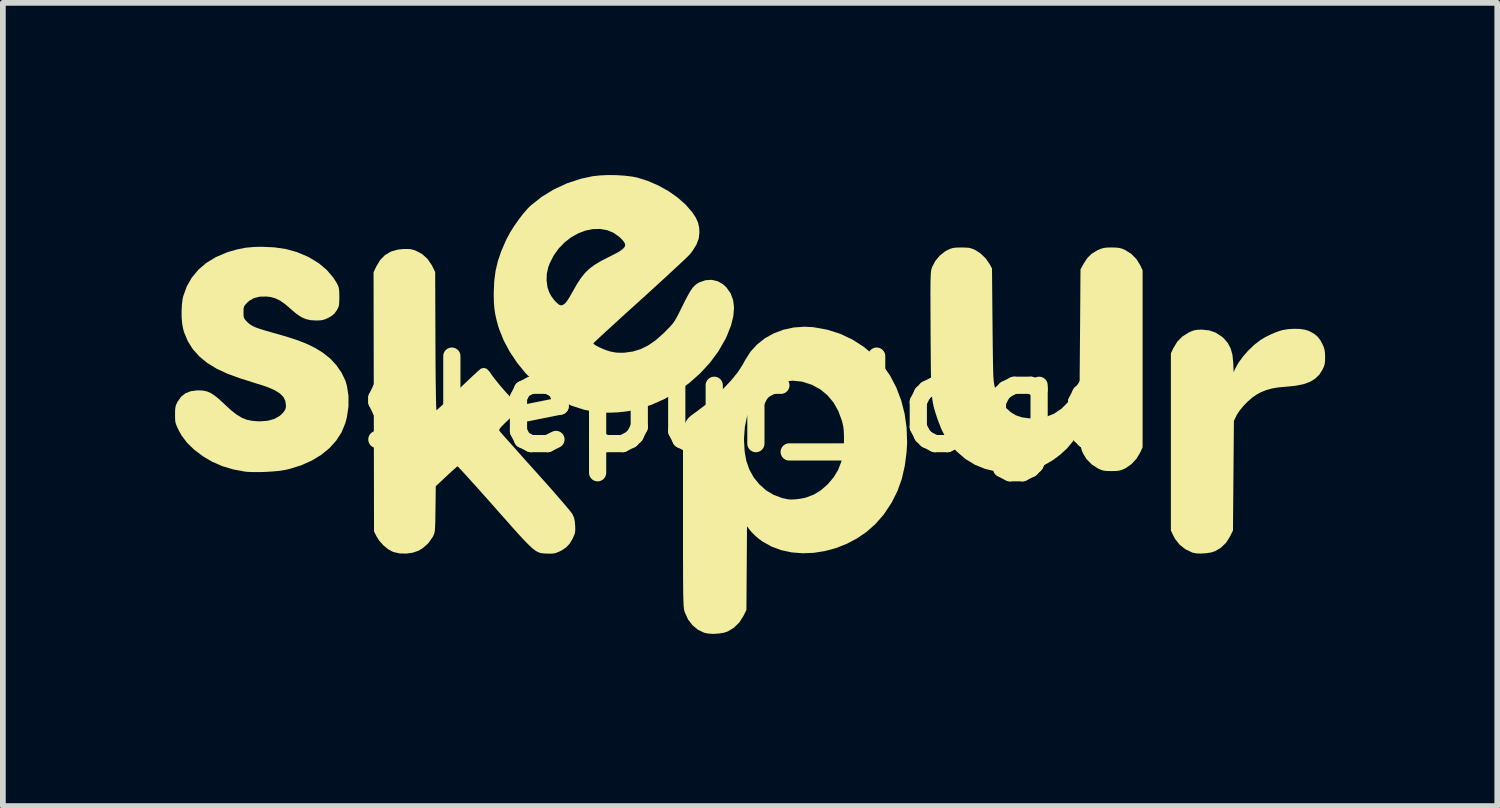
<source format=kicad_pcb>
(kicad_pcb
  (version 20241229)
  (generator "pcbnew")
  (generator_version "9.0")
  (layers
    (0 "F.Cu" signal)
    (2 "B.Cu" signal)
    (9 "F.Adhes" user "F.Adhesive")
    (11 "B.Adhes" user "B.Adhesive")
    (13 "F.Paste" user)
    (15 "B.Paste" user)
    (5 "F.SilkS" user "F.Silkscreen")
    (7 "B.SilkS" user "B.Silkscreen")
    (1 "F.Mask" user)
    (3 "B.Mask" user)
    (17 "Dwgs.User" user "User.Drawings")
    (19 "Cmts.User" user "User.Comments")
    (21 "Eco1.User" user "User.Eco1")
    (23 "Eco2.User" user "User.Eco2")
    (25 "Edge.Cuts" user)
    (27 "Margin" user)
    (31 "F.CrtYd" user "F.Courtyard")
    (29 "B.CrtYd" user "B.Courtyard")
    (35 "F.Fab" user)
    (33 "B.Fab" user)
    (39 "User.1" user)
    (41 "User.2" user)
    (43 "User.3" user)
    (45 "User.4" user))
  (footprint "skepur_logo"
    (layer "F.Cu")
    (at 10.012 3.99)
    (property "Reference" "skepur_logo" (at 0 0 0) (layer "F.SilkS") (effects (font (size 1.524 1.524) (thickness 0.3))))
    (attr board_only exclude_from_pos_files exclude_from_bom)
    (fp_poly (pts (xy 9.588 -1.308) (xy 9.678 -1.295) (xy 9.741 -1.275) (xy 9.828 -1.229) (xy 9.893 -1.178) (xy 9.944 -1.112) (xy 9.974 -1.056) (xy 10.002 -0.996) (xy 10.017 -0.946) (xy 10.025 -0.892) (xy 10.027 -0.82) (xy 10.026 -0.749) (xy 10.02 -0.698) (xy 10.006 -0.652) (xy 9.982 -0.601) (xy 9.98 -0.596) (xy 9.925 -0.51) (xy 9.853 -0.441) (xy 9.764 -0.387) (xy 9.652 -0.346) (xy 9.516 -0.319) (xy 9.353 -0.302) (xy 9.351 -0.302) (xy 9.214 -0.29) (xy 9.101 -0.271) (xy 9.001 -0.244) (xy 8.908 -0.205) (xy 8.843 -0.171) (xy 8.765 -0.118) (xy 8.683 -0.047) (xy 8.604 0.033) (xy 8.537 0.115) (xy 8.488 0.19) (xy 8.484 0.199) (xy 8.438 0.294) (xy 8.43 1.249) (xy 8.422 2.204) (xy 8.369 2.31) (xy 8.3 2.419) (xy 8.211 2.504) (xy 8.114 2.562) (xy 8.047 2.585) (xy 7.963 2.599) (xy 7.872 2.605) (xy 7.787 2.603) (xy 7.719 2.59) (xy 7.711 2.587) (xy 7.589 2.528) (xy 7.49 2.449) (xy 7.412 2.349) (xy 7.376 2.28) (xy 7.34 2.203) (xy 7.34 -0.883) (xy 7.382 -0.972) (xy 7.451 -1.086) (xy 7.539 -1.176) (xy 7.648 -1.244) (xy 7.707 -1.272) (xy 7.757 -1.287) (xy 7.81 -1.294) (xy 7.88 -1.296) (xy 7.881 -1.296) (xy 8.008 -1.283) (xy 8.121 -1.244) (xy 8.226 -1.176) (xy 8.259 -1.147) (xy 8.33 -1.066) (xy 8.38 -0.973) (xy 8.412 -0.861) (xy 8.426 -0.727) (xy 8.427 -0.718) (xy 8.433 -0.554) (xy 8.463 -0.621) (xy 8.519 -0.721) (xy 8.597 -0.828) (xy 8.69 -0.934) (xy 8.792 -1.031) (xy 8.896 -1.112) (xy 8.896 -1.112) (xy 8.98 -1.163) (xy 9.08 -1.213) (xy 9.183 -1.256) (xy 9.275 -1.286) (xy 9.288 -1.289) (xy 9.384 -1.305) (xy 9.487 -1.311)) (stroke (width 0) (type solid)) (fill yes) (layer "F.SilkS"))
    (fp_poly (pts (xy 1.11 -1.339) (xy 1.349 -1.296) (xy 1.577 -1.224) (xy 1.792 -1.123) (xy 1.992 -0.994) (xy 2.161 -0.852) (xy 2.314 -0.685) (xy 2.446 -0.498) (xy 2.554 -0.291) (xy 2.639 -0.069) (xy 2.7 0.167) (xy 2.735 0.413) (xy 2.744 0.668) (xy 2.736 0.824) (xy 2.704 1.074) (xy 2.652 1.303) (xy 2.576 1.515) (xy 2.476 1.715) (xy 2.35 1.906) (xy 2.327 1.937) (xy 2.192 2.091) (xy 2.039 2.226) (xy 1.871 2.341) (xy 1.692 2.436) (xy 1.504 2.51) (xy 1.311 2.562) (xy 1.116 2.593) (xy 0.922 2.6) (xy 0.732 2.585) (xy 0.55 2.546) (xy 0.378 2.482) (xy 0.22 2.393) (xy 0.15 2.341) (xy 0.095 2.293) (xy 0.042 2.24) (xy 0.005 2.198) (xy -0.046 2.131) (xy -0.051 2.859) (xy -0.056 3.587) (xy -0.108 3.693) (xy -0.181 3.807) (xy -0.278 3.9) (xy -0.378 3.961) (xy -0.448 3.985) (xy -0.537 3.999) (xy -0.632 4.005) (xy -0.722 4) (xy -0.789 3.986) (xy -0.9 3.934) (xy -0.995 3.855) (xy -1.072 3.755) (xy -1.127 3.636) (xy -1.132 3.622) (xy -1.137 3.606) (xy -1.141 3.587) (xy -1.145 3.564) (xy -1.148 3.535) (xy -1.151 3.498) (xy -1.153 3.451) (xy -1.155 3.392) (xy -1.157 3.32) (xy -1.158 3.231) (xy -1.159 3.125) (xy -1.16 2.999) (xy -1.16 2.852) (xy -1.161 2.681) (xy -1.161 2.484) (xy -1.161 2.259) (xy -1.161 2.005) (xy -1.161 1.966) (xy -1.161 0.636) (xy -0.098 0.636) (xy -0.087 0.826) (xy -0.057 0.994) (xy -0.004 1.144) (xy 0.071 1.279) (xy 0.169 1.399) (xy 0.287 1.505) (xy 0.42 1.584) (xy 0.57 1.639) (xy 0.668 1.66) (xy 0.724 1.664) (xy 0.8 1.66) (xy 0.883 1.65) (xy 0.961 1.635) (xy 0.986 1.628) (xy 1.121 1.577) (xy 1.244 1.501) (xy 1.362 1.397) (xy 1.364 1.394) (xy 1.465 1.275) (xy 1.541 1.149) (xy 1.595 1.011) (xy 1.628 0.857) (xy 1.643 0.681) (xy 1.644 0.628) (xy 1.643 0.53) (xy 1.639 0.453) (xy 1.631 0.389) (xy 1.617 0.327) (xy 1.609 0.295) (xy 1.546 0.123) (xy 1.461 -0.027) (xy 1.355 -0.154) (xy 1.229 -0.257) (xy 1.085 -0.335) (xy 0.924 -0.387) (xy 0.901 -0.392) (xy 0.75 -0.407) (xy 0.601 -0.391) (xy 0.456 -0.344) (xy 0.318 -0.269) (xy 0.189 -0.164) (xy 0.188 -0.163) (xy 0.086 -0.047) (xy 0.008 0.084) (xy -0.049 0.231) (xy -0.083 0.398) (xy -0.097 0.587) (xy -0.098 0.636) (xy -1.161 0.636) (xy -1.161 0.404) (xy -1.12 0.322) (xy -1.096 0.28) (xy -1.067 0.244) (xy -1.027 0.206) (xy -0.968 0.162) (xy -0.932 0.137) (xy -0.775 0.018) (xy -0.616 -0.116) (xy -0.465 -0.261) (xy -0.327 -0.407) (xy -0.213 -0.546) (xy -0.172 -0.606) (xy -0.125 -0.681) (xy -0.083 -0.756) (xy -0.076 -0.769) (xy 0.015 -0.913) (xy 0.131 -1.039) (xy 0.267 -1.146) (xy 0.421 -1.232) (xy 0.589 -1.295) (xy 0.769 -1.334) (xy 0.957 -1.347)) (stroke (width 0) (type solid)) (fill yes) (layer "F.SilkS"))
    (fp_poly (pts (xy 6.383 -2.726) (xy 6.439 -2.72) (xy 6.486 -2.708) (xy 6.537 -2.687) (xy 6.539 -2.686) (xy 6.648 -2.618) (xy 6.739 -2.526) (xy 6.805 -2.42) (xy 6.847 -2.33) (xy 6.847 0.755) (xy 6.805 0.846) (xy 6.739 0.955) (xy 6.653 1.047) (xy 6.555 1.116) (xy 6.539 1.124) (xy 6.489 1.146) (xy 6.442 1.16) (xy 6.388 1.166) (xy 6.316 1.168) (xy 6.306 1.168) (xy 6.232 1.167) (xy 6.178 1.162) (xy 6.134 1.151) (xy 6.087 1.131) (xy 6.073 1.125) (xy 5.961 1.053) (xy 5.869 0.958) (xy 5.811 0.863) (xy 5.79 0.817) (xy 5.777 0.771) (xy 5.768 0.718) (xy 5.763 0.646) (xy 5.761 0.604) (xy 5.754 0.433) (xy 5.697 0.547) (xy 5.626 0.66) (xy 5.53 0.773) (xy 5.416 0.879) (xy 5.289 0.974) (xy 5.156 1.052) (xy 5.082 1.085) (xy 4.931 1.134) (xy 4.762 1.168) (xy 4.587 1.186) (xy 4.417 1.187) (xy 4.295 1.175) (xy 4.102 1.13) (xy 3.923 1.057) (xy 3.758 0.956) (xy 3.607 0.825) (xy 3.602 0.82) (xy 3.501 0.706) (xy 3.416 0.584) (xy 3.345 0.447) (xy 3.282 0.286) (xy 3.274 0.264) (xy 3.253 0.2) (xy 3.234 0.142) (xy 3.218 0.088) (xy 3.204 0.035) (xy 3.193 -0.021) (xy 3.183 -0.081) (xy 3.176 -0.148) (xy 3.17 -0.225) (xy 3.165 -0.316) (xy 3.162 -0.422) (xy 3.159 -0.546) (xy 3.157 -0.692) (xy 3.156 -0.861) (xy 3.154 -1.058) (xy 3.153 -1.25) (xy 3.152 -1.458) (xy 3.151 -1.638) (xy 3.151 -1.79) (xy 3.15 -1.918) (xy 3.151 -2.024) (xy 3.151 -2.11) (xy 3.153 -2.179) (xy 3.155 -2.234) (xy 3.157 -2.276) (xy 3.16 -2.309) (xy 3.164 -2.335) (xy 3.169 -2.356) (xy 3.175 -2.374) (xy 3.181 -2.39) (xy 3.233 -2.49) (xy 3.309 -2.582) (xy 3.4 -2.656) (xy 3.448 -2.683) (xy 3.496 -2.705) (xy 3.539 -2.718) (xy 3.588 -2.725) (xy 3.653 -2.727) (xy 3.69 -2.728) (xy 3.766 -2.726) (xy 3.821 -2.722) (xy 3.865 -2.711) (xy 3.909 -2.694) (xy 3.931 -2.684) (xy 4.027 -2.621) (xy 4.114 -2.536) (xy 4.183 -2.437) (xy 4.186 -2.431) (xy 4.223 -2.362) (xy 4.232 -1.384) (xy 4.234 -1.182) (xy 4.236 -1.01) (xy 4.238 -0.864) (xy 4.24 -0.741) (xy 4.242 -0.641) (xy 4.244 -0.558) (xy 4.246 -0.492) (xy 4.25 -0.439) (xy 4.253 -0.396) (xy 4.258 -0.361) (xy 4.263 -0.332) (xy 4.269 -0.306) (xy 4.275 -0.284) (xy 4.309 -0.176) (xy 4.347 -0.09) (xy 4.395 -0.015) (xy 4.46 0.061) (xy 4.464 0.065) (xy 4.55 0.143) (xy 4.641 0.197) (xy 4.745 0.232) (xy 4.868 0.249) (xy 4.901 0.251) (xy 4.985 0.253) (xy 5.051 0.25) (xy 5.11 0.24) (xy 5.165 0.225) (xy 5.308 0.166) (xy 5.434 0.081) (xy 5.545 -0.031) (xy 5.64 -0.17) (xy 5.713 -0.318) (xy 5.75 -0.406) (xy 5.758 -1.376) (xy 5.765 -2.346) (xy 5.82 -2.446) (xy 5.884 -2.544) (xy 5.961 -2.619) (xy 6.059 -2.679) (xy 6.075 -2.686) (xy 6.125 -2.707) (xy 6.173 -2.72) (xy 6.229 -2.726) (xy 6.305 -2.728) (xy 6.306 -2.728)) (stroke (width 0) (type solid)) (fill yes) (layer "F.SilkS"))
    (fp_poly (pts (xy -5.907 -2.698) (xy -5.855 -2.685) (xy -5.819 -2.673) (xy -5.707 -2.614) (xy -5.614 -2.53) (xy -5.54 -2.422) (xy -5.531 -2.405) (xy -5.479 -2.299) (xy -5.475 -1.093) (xy -5.474 -0.875) (xy -5.473 -0.674) (xy -5.471 -0.492) (xy -5.469 -0.331) (xy -5.467 -0.193) (xy -5.465 -0.078) (xy -5.463 0.011) (xy -5.46 0.072) (xy -5.458 0.104) (xy -5.456 0.109) (xy -5.442 0.097) (xy -5.407 0.065) (xy -5.355 0.017) (xy -5.289 -0.045) (xy -5.212 -0.119) (xy -5.126 -0.202) (xy -5.079 -0.248) (xy -4.988 -0.335) (xy -4.904 -0.415) (xy -4.829 -0.486) (xy -4.765 -0.544) (xy -4.717 -0.588) (xy -4.687 -0.613) (xy -4.68 -0.618) (xy -4.628 -0.63) (xy -4.578 -0.612) (xy -4.534 -0.566) (xy -4.53 -0.56) (xy -4.484 -0.493) (xy -4.42 -0.41) (xy -4.343 -0.316) (xy -4.258 -0.218) (xy -4.169 -0.122) (xy -4.166 -0.119) (xy -4.095 -0.041) (xy -4.048 0.017) (xy -4.026 0.056) (xy -4.024 0.067) (xy -4.032 0.091) (xy -4.06 0.128) (xy -4.108 0.18) (xy -4.178 0.25) (xy -4.201 0.272) (xy -4.269 0.337) (xy -4.316 0.384) (xy -4.345 0.416) (xy -4.36 0.439) (xy -4.364 0.455) (xy -4.359 0.468) (xy -4.356 0.472) (xy -4.342 0.489) (xy -4.308 0.528) (xy -4.257 0.586) (xy -4.19 0.661) (xy -4.11 0.75) (xy -4.019 0.852) (xy -3.919 0.965) (xy -3.811 1.085) (xy -3.73 1.175) (xy -3.617 1.301) (xy -3.509 1.422) (xy -3.409 1.536) (xy -3.319 1.64) (xy -3.24 1.731) (xy -3.175 1.808) (xy -3.126 1.867) (xy -3.095 1.907) (xy -3.086 1.922) (xy -3.061 1.978) (xy -3.047 2.041) (xy -3.04 2.12) (xy -3.038 2.187) (xy -3.042 2.236) (xy -3.055 2.28) (xy -3.078 2.333) (xy -3.084 2.346) (xy -3.135 2.432) (xy -3.196 2.497) (xy -3.275 2.55) (xy -3.321 2.573) (xy -3.373 2.594) (xy -3.419 2.605) (xy -3.475 2.607) (xy -3.528 2.606) (xy -3.57 2.604) (xy -3.606 2.601) (xy -3.64 2.596) (xy -3.673 2.586) (xy -3.707 2.57) (xy -3.743 2.547) (xy -3.784 2.515) (xy -3.832 2.471) (xy -3.889 2.415) (xy -3.956 2.344) (xy -4.036 2.257) (xy -4.13 2.153) (xy -4.24 2.028) (xy -4.369 1.883) (xy -4.439 1.804) (xy -4.553 1.675) (xy -4.661 1.554) (xy -4.761 1.442) (xy -4.852 1.342) (xy -4.93 1.255) (xy -4.995 1.184) (xy -5.045 1.131) (xy -5.077 1.097) (xy -5.091 1.085) (xy -5.091 1.085) (xy -5.106 1.097) (xy -5.14 1.127) (xy -5.189 1.171) (xy -5.248 1.225) (xy -5.286 1.261) (xy -5.469 1.432) (xy -5.474 1.833) (xy -5.476 1.957) (xy -5.477 2.053) (xy -5.48 2.125) (xy -5.483 2.18) (xy -5.487 2.219) (xy -5.493 2.249) (xy -5.502 2.274) (xy -5.513 2.298) (xy -5.521 2.314) (xy -5.597 2.423) (xy -5.695 2.511) (xy -5.772 2.557) (xy -5.872 2.591) (xy -5.985 2.606) (xy -6.1 2.603) (xy -6.205 2.579) (xy -6.218 2.574) (xy -6.301 2.529) (xy -6.383 2.461) (xy -6.455 2.38) (xy -6.506 2.298) (xy -6.545 2.219) (xy -6.549 -0.039) (xy -6.553 -2.296) (xy -6.507 -2.394) (xy -6.439 -2.508) (xy -6.354 -2.595) (xy -6.252 -2.656) (xy -6.13 -2.691) (xy -6.044 -2.7) (xy -5.966 -2.702)) (stroke (width 0) (type solid)) (fill yes) (layer "F.SilkS"))
    (fp_poly (pts (xy -8.28 -2.73) (xy -8.078 -2.7) (xy -7.89 -2.648) (xy -7.711 -2.573) (xy -7.667 -2.551) (xy -7.504 -2.451) (xy -7.368 -2.336) (xy -7.255 -2.204) (xy -7.193 -2.106) (xy -7.173 -2.067) (xy -7.16 -2.031) (xy -7.153 -1.989) (xy -7.15 -1.933) (xy -7.149 -1.868) (xy -7.15 -1.793) (xy -7.153 -1.741) (xy -7.161 -1.702) (xy -7.174 -1.669) (xy -7.196 -1.631) (xy -7.197 -1.629) (xy -7.235 -1.576) (xy -7.281 -1.537) (xy -7.34 -1.503) (xy -7.395 -1.478) (xy -7.443 -1.463) (xy -7.498 -1.457) (xy -7.563 -1.456) (xy -7.655 -1.462) (xy -7.736 -1.481) (xy -7.814 -1.516) (xy -7.896 -1.571) (xy -7.988 -1.649) (xy -8 -1.66) (xy -8.097 -1.743) (xy -8.183 -1.803) (xy -8.265 -1.842) (xy -8.349 -1.865) (xy -8.421 -1.873) (xy -8.538 -1.871) (xy -8.635 -1.847) (xy -8.717 -1.8) (xy -8.757 -1.764) (xy -8.791 -1.727) (xy -8.81 -1.697) (xy -8.818 -1.66) (xy -8.819 -1.606) (xy -8.819 -1.599) (xy -8.818 -1.541) (xy -8.811 -1.503) (xy -8.794 -1.473) (xy -8.764 -1.439) (xy -8.73 -1.407) (xy -8.695 -1.38) (xy -8.653 -1.356) (xy -8.6 -1.332) (xy -8.53 -1.308) (xy -8.44 -1.28) (xy -8.324 -1.247) (xy -8.308 -1.242) (xy -8.135 -1.193) (xy -7.988 -1.148) (xy -7.863 -1.106) (xy -7.755 -1.064) (xy -7.66 -1.022) (xy -7.572 -0.977) (xy -7.488 -0.927) (xy -7.441 -0.897) (xy -7.313 -0.797) (xy -7.202 -0.678) (xy -7.111 -0.547) (xy -7.044 -0.408) (xy -7.017 -0.318) (xy -6.99 -0.142) (xy -6.99 0.042) (xy -7.017 0.227) (xy -7.045 0.334) (xy -7.11 0.492) (xy -7.204 0.638) (xy -7.323 0.77) (xy -7.467 0.887) (xy -7.633 0.987) (xy -7.82 1.07) (xy -8.025 1.133) (xy -8.088 1.147) (xy -8.176 1.162) (xy -8.286 1.173) (xy -8.406 1.181) (xy -8.529 1.186) (xy -8.645 1.186) (xy -8.745 1.182) (xy -8.795 1.177) (xy -9.004 1.138) (xy -9.192 1.081) (xy -9.366 1.005) (xy -9.524 0.912) (xy -9.678 0.796) (xy -9.804 0.674) (xy -9.901 0.543) (xy -9.944 0.466) (xy -9.976 0.4) (xy -9.996 0.351) (xy -10.007 0.306) (xy -10.011 0.256) (xy -10.012 0.188) (xy -10.012 0.184) (xy -10.011 0.111) (xy -10.006 0.06) (xy -9.996 0.019) (xy -9.978 -0.021) (xy -9.966 -0.043) (xy -9.906 -0.127) (xy -9.832 -0.186) (xy -9.74 -0.223) (xy -9.626 -0.238) (xy -9.591 -0.238) (xy -9.52 -0.234) (xy -9.456 -0.22) (xy -9.393 -0.193) (xy -9.327 -0.151) (xy -9.251 -0.09) (xy -9.162 -0.009) (xy -9.14 0.013) (xy -9.034 0.11) (xy -8.939 0.184) (xy -8.851 0.238) (xy -8.763 0.273) (xy -8.668 0.293) (xy -8.562 0.301) (xy -8.531 0.302) (xy -8.395 0.291) (xy -8.28 0.259) (xy -8.186 0.205) (xy -8.145 0.167) (xy -8.108 0.123) (xy -8.088 0.088) (xy -8.08 0.049) (xy -8.08 0.02) (xy -8.091 -0.056) (xy -8.125 -0.124) (xy -8.185 -0.184) (xy -8.272 -0.239) (xy -8.388 -0.29) (xy -8.485 -0.324) (xy -8.573 -0.351) (xy -8.677 -0.384) (xy -8.783 -0.418) (xy -8.867 -0.444) (xy -9.09 -0.524) (xy -9.284 -0.614) (xy -9.45 -0.715) (xy -9.588 -0.828) (xy -9.701 -0.954) (xy -9.789 -1.094) (xy -9.854 -1.249) (xy -9.87 -1.305) (xy -9.887 -1.396) (xy -9.897 -1.505) (xy -9.898 -1.623) (xy -9.892 -1.738) (xy -9.879 -1.839) (xy -9.87 -1.877) (xy -9.808 -2.049) (xy -9.72 -2.203) (xy -9.605 -2.341) (xy -9.466 -2.46) (xy -9.301 -2.56) (xy -9.113 -2.64) (xy -9.074 -2.653) (xy -8.927 -2.695) (xy -8.785 -2.723) (xy -8.636 -2.737) (xy -8.501 -2.74)) (stroke (width 0) (type solid)) (fill yes) (layer "F.SilkS"))
    (fp_poly (pts (xy -2.323 -3.988) (xy -2.178 -3.979) (xy -2.046 -3.963) (xy -1.959 -3.946) (xy -1.772 -3.887) (xy -1.589 -3.807) (xy -1.414 -3.71) (xy -1.255 -3.598) (xy -1.116 -3.475) (xy -1.003 -3.345) (xy -1.001 -3.343) (xy -0.939 -3.249) (xy -0.9 -3.163) (xy -0.88 -3.076) (xy -0.875 -2.99) (xy -0.887 -2.885) (xy -0.926 -2.78) (xy -0.993 -2.671) (xy -1.037 -2.614) (xy -1.061 -2.589) (xy -1.105 -2.545) (xy -1.17 -2.484) (xy -1.251 -2.408) (xy -1.348 -2.318) (xy -1.457 -2.217) (xy -1.578 -2.106) (xy -1.707 -1.989) (xy -1.842 -1.865) (xy -1.912 -1.802) (xy -2.048 -1.679) (xy -2.177 -1.563) (xy -2.296 -1.454) (xy -2.405 -1.354) (xy -2.501 -1.266) (xy -2.583 -1.191) (xy -2.647 -1.131) (xy -2.693 -1.088) (xy -2.719 -1.063) (xy -2.723 -1.058) (xy -2.712 -1.042) (xy -2.678 -1.019) (xy -2.627 -0.992) (xy -2.565 -0.964) (xy -2.5 -0.938) (xy -2.437 -0.918) (xy -2.418 -0.913) (xy -2.325 -0.896) (xy -2.223 -0.893) (xy -2.179 -0.895) (xy -2.035 -0.915) (xy -1.9 -0.956) (xy -1.768 -1.021) (xy -1.637 -1.112) (xy -1.502 -1.231) (xy -1.47 -1.263) (xy -1.414 -1.32) (xy -1.37 -1.366) (xy -1.335 -1.408) (xy -1.304 -1.452) (xy -1.274 -1.504) (xy -1.239 -1.57) (xy -1.197 -1.655) (xy -1.178 -1.694) (xy -1.12 -1.81) (xy -1.072 -1.9) (xy -1.032 -1.97) (xy -0.996 -2.022) (xy -0.961 -2.061) (xy -0.925 -2.091) (xy -0.885 -2.115) (xy -0.871 -2.122) (xy -0.766 -2.158) (xy -0.66 -2.164) (xy -0.557 -2.14) (xy -0.464 -2.087) (xy -0.405 -2.033) (xy -0.332 -1.93) (xy -0.288 -1.812) (xy -0.272 -1.679) (xy -0.284 -1.532) (xy -0.324 -1.371) (xy -0.393 -1.195) (xy -0.421 -1.134) (xy -0.543 -0.921) (xy -0.692 -0.719) (xy -0.864 -0.533) (xy -1.056 -0.363) (xy -1.266 -0.213) (xy -1.489 -0.085) (xy -1.723 0.018) (xy -1.963 0.093) (xy -2.044 0.112) (xy -2.165 0.131) (xy -2.301 0.145) (xy -2.439 0.151) (xy -2.568 0.149) (xy -2.656 0.142) (xy -2.882 0.1) (xy -3.098 0.031) (xy -3.308 -0.066) (xy -3.515 -0.194) (xy -3.581 -0.241) (xy -3.751 -0.382) (xy -3.91 -0.544) (xy -4.054 -0.722) (xy -4.18 -0.911) (xy -4.284 -1.105) (xy -4.362 -1.298) (xy -4.38 -1.354) (xy -4.412 -1.471) (xy -4.434 -1.572) (xy -4.448 -1.668) (xy -4.456 -1.77) (xy -4.459 -1.89) (xy -4.459 -1.932) (xy -4.451 -2.131) (xy -4.449 -2.151) (xy -3.538 -2.151) (xy -3.522 -2.034) (xy -3.493 -1.948) (xy -3.458 -1.883) (xy -3.413 -1.821) (xy -3.366 -1.769) (xy -3.322 -1.732) (xy -3.286 -1.718) (xy -3.284 -1.718) (xy -3.251 -1.729) (xy -3.214 -1.756) (xy -3.209 -1.761) (xy -3.183 -1.794) (xy -3.149 -1.846) (xy -3.11 -1.911) (xy -3.085 -1.956) (xy -3.01 -2.088) (xy -2.94 -2.195) (xy -2.869 -2.284) (xy -2.792 -2.358) (xy -2.702 -2.425) (xy -2.594 -2.49) (xy -2.462 -2.558) (xy -2.457 -2.56) (xy -2.347 -2.616) (xy -2.264 -2.662) (xy -2.208 -2.703) (xy -2.176 -2.74) (xy -2.168 -2.777) (xy -2.183 -2.816) (xy -2.217 -2.86) (xy -2.267 -2.909) (xy -2.37 -2.983) (xy -2.484 -3.03) (xy -2.606 -3.051) (xy -2.733 -3.048) (xy -2.861 -3.022) (xy -2.988 -2.974) (xy -3.109 -2.906) (xy -3.222 -2.818) (xy -3.325 -2.713) (xy -3.412 -2.592) (xy -3.482 -2.455) (xy -3.508 -2.386) (xy -3.534 -2.272) (xy -3.538 -2.151) (xy -4.449 -2.151) (xy -4.428 -2.314) (xy -4.387 -2.49) (xy -4.326 -2.668) (xy -4.244 -2.856) (xy -4.228 -2.888) (xy -4.174 -2.989) (xy -4.105 -3.098) (xy -4.028 -3.208) (xy -3.949 -3.312) (xy -3.872 -3.401) (xy -3.814 -3.459) (xy -3.622 -3.611) (xy -3.411 -3.74) (xy -3.182 -3.846) (xy -2.942 -3.925) (xy -2.738 -3.969) (xy -2.613 -3.983) (xy -2.471 -3.99)) (stroke (width 0) (type solid)) (fill yes) (layer "F.SilkS")))
  (gr_rect
    (start -3 -3)
    (end 23.039 10.995)
    (stroke (width 0.1) (type default))
    (fill no)
    (layer "Edge.Cuts")))
</source>
